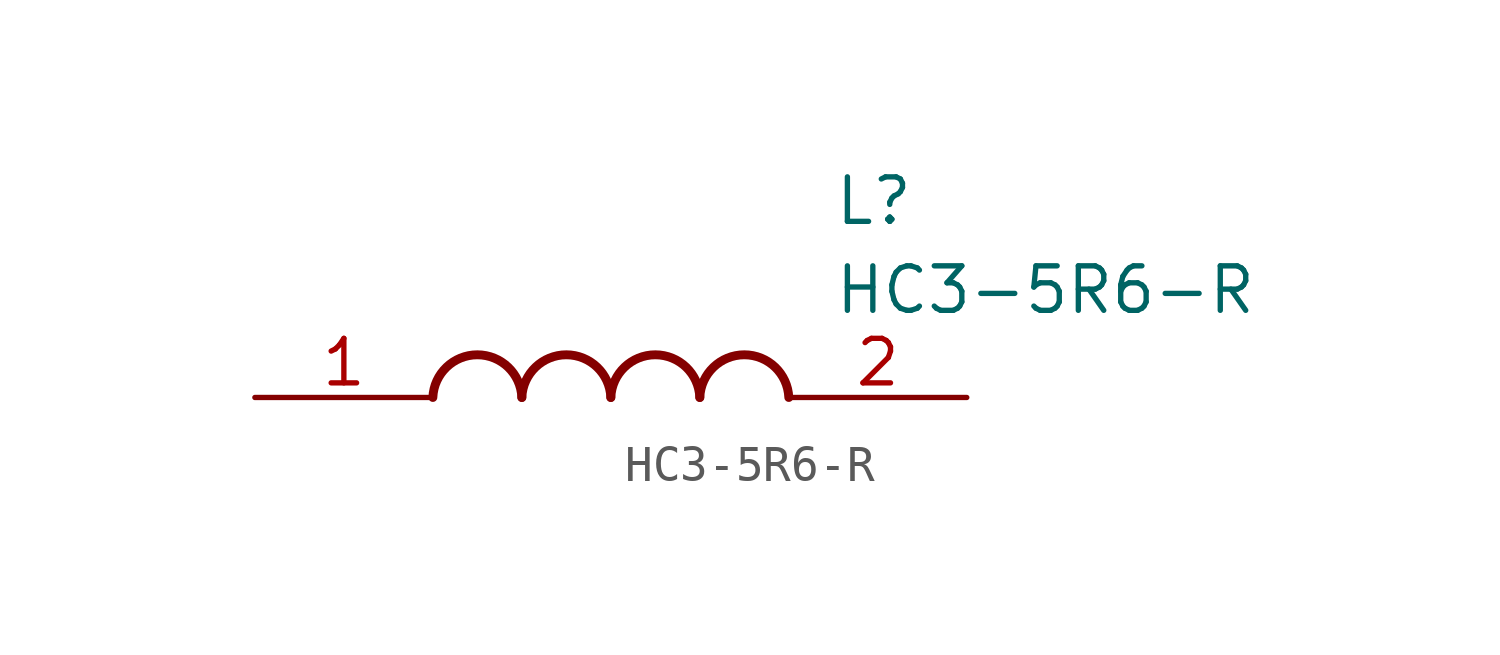
<source format=kicad_sym>
(kicad_symbol_lib
  (version 20211014)
  (generator SamacSys_ECAD_Model)
  (symbol "HC3-5R6-R"
    (pin_names hide)
    (property "Reference" "L"
      (at 16.51 6.35 0)
      (effects (font (size 1.27 1.27)) (justify left top)))
    (property "Value" "HC3-5R6-R"
      (at 16.51 3.81 0)
      (effects (font (size 1.27 1.27)) (justify left top)))
    (arc
      (start 7.62 0)
      (mid 6.35 1.219)
      (end 5.08 0)
      (stroke (width 0.254) (type default))
      (fill (type none)))
    (arc
      (start 10.16 0)
      (mid 8.89 1.219)
      (end 7.62 0)
      (stroke (width 0.254) (type default))
      (fill (type none)))
    (arc
      (start 12.7 0)
      (mid 11.43 1.219)
      (end 10.16 0)
      (stroke (width 0.254) (type default))
      (fill (type none)))
    (arc
      (start 15.24 0)
      (mid 13.97 1.219)
      (end 12.7 0)
      (stroke (width 0.254) (type default))
      (fill (type none)))
    (pin passive line
      (at 0 0 0)
      (length 5.08)
      (name "1" (effects (font (size 1.27 1.27))))
      (number "1" (effects (font (size 1.27 1.27)))))
    (pin passive line
      (at 20.32 0 180)
      (length 5.08)
      (name "2" (effects (font (size 1.27 1.27))))
      (number "2" (effects (font (size 1.27 1.27)))))))
</source>
